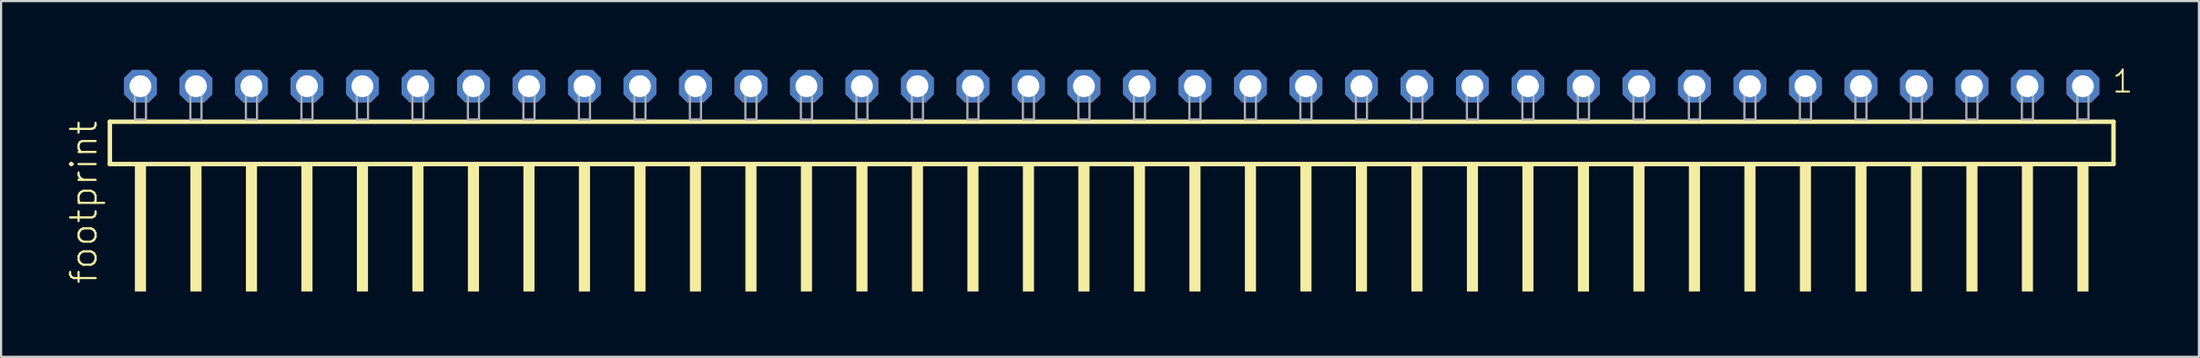
<source format=kicad_pcb>
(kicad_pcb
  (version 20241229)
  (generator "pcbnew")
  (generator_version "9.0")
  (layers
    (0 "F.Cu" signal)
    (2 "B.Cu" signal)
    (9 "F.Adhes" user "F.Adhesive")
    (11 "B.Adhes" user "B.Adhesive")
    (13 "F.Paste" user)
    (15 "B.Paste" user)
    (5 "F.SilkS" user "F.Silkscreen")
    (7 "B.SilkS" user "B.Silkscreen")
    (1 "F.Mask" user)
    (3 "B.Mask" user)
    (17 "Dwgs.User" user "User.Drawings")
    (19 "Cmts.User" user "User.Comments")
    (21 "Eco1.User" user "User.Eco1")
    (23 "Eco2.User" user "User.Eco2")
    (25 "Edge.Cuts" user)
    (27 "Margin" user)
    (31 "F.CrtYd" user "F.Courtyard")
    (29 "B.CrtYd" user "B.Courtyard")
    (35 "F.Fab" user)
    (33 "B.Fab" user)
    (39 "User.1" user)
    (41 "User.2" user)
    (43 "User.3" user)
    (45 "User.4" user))
  (footprint "footprint"
    (layer "F.Cu")
    (at 47.828 2.428)
    (property "Reference" "footprint" (at -46.355 7.62 90) (layer "F.SilkS") (effects (font (size 1.168 1.168) (thickness 0.102)) (justify left bottom)))
    (fp_line (start -45.849 0.106) (end -45.849 2.046) (stroke (width 0.203) (type solid)) (layer "F.SilkS"))
    (fp_line (start -45.849 2.046) (end 45.849 2.046) (stroke (width 0.203) (type solid)) (layer "F.SilkS"))
    (fp_line (start 45.849 0.106) (end -45.849 0.106) (stroke (width 0.203) (type solid)) (layer "F.SilkS"))
    (fp_line (start 45.849 2.046) (end 45.849 0.106) (stroke (width 0.203) (type solid)) (layer "F.SilkS"))
    (fp_poly (pts (xy -44.704 7.89) (xy -44.196 7.89) (xy -44.196 2.04) (xy -44.704 2.04)) (stroke (width 0) (type solid)) (fill yes) (layer "F.SilkS"))
    (fp_poly (pts (xy -42.164 7.89) (xy -41.656 7.89) (xy -41.656 2.04) (xy -42.164 2.04)) (stroke (width 0) (type solid)) (fill yes) (layer "F.SilkS"))
    (fp_poly (pts (xy -39.624 7.89) (xy -39.116 7.89) (xy -39.116 2.04) (xy -39.624 2.04)) (stroke (width 0) (type solid)) (fill yes) (layer "F.SilkS"))
    (fp_poly (pts (xy -37.084 7.89) (xy -36.576 7.89) (xy -36.576 2.04) (xy -37.084 2.04)) (stroke (width 0) (type solid)) (fill yes) (layer "F.SilkS"))
    (fp_poly (pts (xy -34.544 7.89) (xy -34.036 7.89) (xy -34.036 2.04) (xy -34.544 2.04)) (stroke (width 0) (type solid)) (fill yes) (layer "F.SilkS"))
    (fp_poly (pts (xy -32.004 7.89) (xy -31.496 7.89) (xy -31.496 2.04) (xy -32.004 2.04)) (stroke (width 0) (type solid)) (fill yes) (layer "F.SilkS"))
    (fp_poly (pts (xy -29.464 7.89) (xy -28.956 7.89) (xy -28.956 2.04) (xy -29.464 2.04)) (stroke (width 0) (type solid)) (fill yes) (layer "F.SilkS"))
    (fp_poly (pts (xy -26.924 7.89) (xy -26.416 7.89) (xy -26.416 2.04) (xy -26.924 2.04)) (stroke (width 0) (type solid)) (fill yes) (layer "F.SilkS"))
    (fp_poly (pts (xy -24.384 7.89) (xy -23.876 7.89) (xy -23.876 2.04) (xy -24.384 2.04)) (stroke (width 0) (type solid)) (fill yes) (layer "F.SilkS"))
    (fp_poly (pts (xy -21.844 7.89) (xy -21.336 7.89) (xy -21.336 2.04) (xy -21.844 2.04)) (stroke (width 0) (type solid)) (fill yes) (layer "F.SilkS"))
    (fp_poly (pts (xy -19.304 7.89) (xy -18.796 7.89) (xy -18.796 2.04) (xy -19.304 2.04)) (stroke (width 0) (type solid)) (fill yes) (layer "F.SilkS"))
    (fp_poly (pts (xy -16.764 7.89) (xy -16.256 7.89) (xy -16.256 2.04) (xy -16.764 2.04)) (stroke (width 0) (type solid)) (fill yes) (layer "F.SilkS"))
    (fp_poly (pts (xy -14.224 7.89) (xy -13.716 7.89) (xy -13.716 2.04) (xy -14.224 2.04)) (stroke (width 0) (type solid)) (fill yes) (layer "F.SilkS"))
    (fp_poly (pts (xy -11.684 7.89) (xy -11.176 7.89) (xy -11.176 2.04) (xy -11.684 2.04)) (stroke (width 0) (type solid)) (fill yes) (layer "F.SilkS"))
    (fp_poly (pts (xy -9.144 7.89) (xy -8.636 7.89) (xy -8.636 2.04) (xy -9.144 2.04)) (stroke (width 0) (type solid)) (fill yes) (layer "F.SilkS"))
    (fp_poly (pts (xy -6.604 7.89) (xy -6.096 7.89) (xy -6.096 2.04) (xy -6.604 2.04)) (stroke (width 0) (type solid)) (fill yes) (layer "F.SilkS"))
    (fp_poly (pts (xy -4.064 7.89) (xy -3.556 7.89) (xy -3.556 2.04) (xy -4.064 2.04)) (stroke (width 0) (type solid)) (fill yes) (layer "F.SilkS"))
    (fp_poly (pts (xy -1.524 7.89) (xy -1.016 7.89) (xy -1.016 2.04) (xy -1.524 2.04)) (stroke (width 0) (type solid)) (fill yes) (layer "F.SilkS"))
    (fp_poly (pts (xy 1.016 7.89) (xy 1.524 7.89) (xy 1.524 2.04) (xy 1.016 2.04)) (stroke (width 0) (type solid)) (fill yes) (layer "F.SilkS"))
    (fp_poly (pts (xy 3.556 7.89) (xy 4.064 7.89) (xy 4.064 2.04) (xy 3.556 2.04)) (stroke (width 0) (type solid)) (fill yes) (layer "F.SilkS"))
    (fp_poly (pts (xy 6.096 7.89) (xy 6.604 7.89) (xy 6.604 2.04) (xy 6.096 2.04)) (stroke (width 0) (type solid)) (fill yes) (layer "F.SilkS"))
    (fp_poly (pts (xy 8.636 7.89) (xy 9.144 7.89) (xy 9.144 2.04) (xy 8.636 2.04)) (stroke (width 0) (type solid)) (fill yes) (layer "F.SilkS"))
    (fp_poly (pts (xy 11.176 7.89) (xy 11.684 7.89) (xy 11.684 2.04) (xy 11.176 2.04)) (stroke (width 0) (type solid)) (fill yes) (layer "F.SilkS"))
    (fp_poly (pts (xy 13.716 7.89) (xy 14.224 7.89) (xy 14.224 2.04) (xy 13.716 2.04)) (stroke (width 0) (type solid)) (fill yes) (layer "F.SilkS"))
    (fp_poly (pts (xy 16.256 7.89) (xy 16.764 7.89) (xy 16.764 2.04) (xy 16.256 2.04)) (stroke (width 0) (type solid)) (fill yes) (layer "F.SilkS"))
    (fp_poly (pts (xy 18.796 7.89) (xy 19.304 7.89) (xy 19.304 2.04) (xy 18.796 2.04)) (stroke (width 0) (type solid)) (fill yes) (layer "F.SilkS"))
    (fp_poly (pts (xy 21.336 7.89) (xy 21.844 7.89) (xy 21.844 2.04) (xy 21.336 2.04)) (stroke (width 0) (type solid)) (fill yes) (layer "F.SilkS"))
    (fp_poly (pts (xy 23.876 7.89) (xy 24.384 7.89) (xy 24.384 2.04) (xy 23.876 2.04)) (stroke (width 0) (type solid)) (fill yes) (layer "F.SilkS"))
    (fp_poly (pts (xy 26.416 7.89) (xy 26.924 7.89) (xy 26.924 2.04) (xy 26.416 2.04)) (stroke (width 0) (type solid)) (fill yes) (layer "F.SilkS"))
    (fp_poly (pts (xy 28.956 7.89) (xy 29.464 7.89) (xy 29.464 2.04) (xy 28.956 2.04)) (stroke (width 0) (type solid)) (fill yes) (layer "F.SilkS"))
    (fp_poly (pts (xy 31.496 7.89) (xy 32.004 7.89) (xy 32.004 2.04) (xy 31.496 2.04)) (stroke (width 0) (type solid)) (fill yes) (layer "F.SilkS"))
    (fp_poly (pts (xy 34.036 7.89) (xy 34.544 7.89) (xy 34.544 2.04) (xy 34.036 2.04)) (stroke (width 0) (type solid)) (fill yes) (layer "F.SilkS"))
    (fp_poly (pts (xy 36.576 7.89) (xy 37.084 7.89) (xy 37.084 2.04) (xy 36.576 2.04)) (stroke (width 0) (type solid)) (fill yes) (layer "F.SilkS"))
    (fp_poly (pts (xy 39.116 7.89) (xy 39.624 7.89) (xy 39.624 2.04) (xy 39.116 2.04)) (stroke (width 0) (type solid)) (fill yes) (layer "F.SilkS"))
    (fp_poly (pts (xy 41.656 7.89) (xy 42.164 7.89) (xy 42.164 2.04) (xy 41.656 2.04)) (stroke (width 0) (type solid)) (fill yes) (layer "F.SilkS"))
    (fp_poly (pts (xy 44.196 7.89) (xy 44.704 7.89) (xy 44.704 2.04) (xy 44.196 2.04)) (stroke (width 0) (type solid)) (fill yes) (layer "F.SilkS"))
    (fp_poly (pts (xy -44.704 0) (xy -44.196 0) (xy -44.196 -1.778) (xy -44.704 -1.778)) (stroke (width 0.1) (type solid)) (fill no) (layer "F.Fab"))
    (fp_poly (pts (xy -42.164 0) (xy -41.656 0) (xy -41.656 -1.778) (xy -42.164 -1.778)) (stroke (width 0.1) (type solid)) (fill no) (layer "F.Fab"))
    (fp_poly (pts (xy -39.624 0) (xy -39.116 0) (xy -39.116 -1.778) (xy -39.624 -1.778)) (stroke (width 0.1) (type solid)) (fill no) (layer "F.Fab"))
    (fp_poly (pts (xy -37.084 0) (xy -36.576 0) (xy -36.576 -1.778) (xy -37.084 -1.778)) (stroke (width 0.1) (type solid)) (fill no) (layer "F.Fab"))
    (fp_poly (pts (xy -34.544 0) (xy -34.036 0) (xy -34.036 -1.778) (xy -34.544 -1.778)) (stroke (width 0.1) (type solid)) (fill no) (layer "F.Fab"))
    (fp_poly (pts (xy -32.004 0) (xy -31.496 0) (xy -31.496 -1.778) (xy -32.004 -1.778)) (stroke (width 0.1) (type solid)) (fill no) (layer "F.Fab"))
    (fp_poly (pts (xy -29.464 0) (xy -28.956 0) (xy -28.956 -1.778) (xy -29.464 -1.778)) (stroke (width 0.1) (type solid)) (fill no) (layer "F.Fab"))
    (fp_poly (pts (xy -26.924 0) (xy -26.416 0) (xy -26.416 -1.778) (xy -26.924 -1.778)) (stroke (width 0.1) (type solid)) (fill no) (layer "F.Fab"))
    (fp_poly (pts (xy -24.384 0) (xy -23.876 0) (xy -23.876 -1.778) (xy -24.384 -1.778)) (stroke (width 0.1) (type solid)) (fill no) (layer "F.Fab"))
    (fp_poly (pts (xy -21.844 0) (xy -21.336 0) (xy -21.336 -1.778) (xy -21.844 -1.778)) (stroke (width 0.1) (type solid)) (fill no) (layer "F.Fab"))
    (fp_poly (pts (xy -19.304 0) (xy -18.796 0) (xy -18.796 -1.778) (xy -19.304 -1.778)) (stroke (width 0.1) (type solid)) (fill no) (layer "F.Fab"))
    (fp_poly (pts (xy -16.764 0) (xy -16.256 0) (xy -16.256 -1.778) (xy -16.764 -1.778)) (stroke (width 0.1) (type solid)) (fill no) (layer "F.Fab"))
    (fp_poly (pts (xy -14.224 0) (xy -13.716 0) (xy -13.716 -1.778) (xy -14.224 -1.778)) (stroke (width 0.1) (type solid)) (fill no) (layer "F.Fab"))
    (fp_poly (pts (xy -11.684 0) (xy -11.176 0) (xy -11.176 -1.778) (xy -11.684 -1.778)) (stroke (width 0.1) (type solid)) (fill no) (layer "F.Fab"))
    (fp_poly (pts (xy -9.144 0) (xy -8.636 0) (xy -8.636 -1.778) (xy -9.144 -1.778)) (stroke (width 0.1) (type solid)) (fill no) (layer "F.Fab"))
    (fp_poly (pts (xy -6.604 0) (xy -6.096 0) (xy -6.096 -1.778) (xy -6.604 -1.778)) (stroke (width 0.1) (type solid)) (fill no) (layer "F.Fab"))
    (fp_poly (pts (xy -4.064 0) (xy -3.556 0) (xy -3.556 -1.778) (xy -4.064 -1.778)) (stroke (width 0.1) (type solid)) (fill no) (layer "F.Fab"))
    (fp_poly (pts (xy -1.524 0) (xy -1.016 0) (xy -1.016 -1.778) (xy -1.524 -1.778)) (stroke (width 0.1) (type solid)) (fill no) (layer "F.Fab"))
    (fp_poly (pts (xy 1.016 0) (xy 1.524 0) (xy 1.524 -1.778) (xy 1.016 -1.778)) (stroke (width 0.1) (type solid)) (fill no) (layer "F.Fab"))
    (fp_poly (pts (xy 3.556 0) (xy 4.064 0) (xy 4.064 -1.778) (xy 3.556 -1.778)) (stroke (width 0.1) (type solid)) (fill no) (layer "F.Fab"))
    (fp_poly (pts (xy 6.096 0) (xy 6.604 0) (xy 6.604 -1.778) (xy 6.096 -1.778)) (stroke (width 0.1) (type solid)) (fill no) (layer "F.Fab"))
    (fp_poly (pts (xy 8.636 0) (xy 9.144 0) (xy 9.144 -1.778) (xy 8.636 -1.778)) (stroke (width 0.1) (type solid)) (fill no) (layer "F.Fab"))
    (fp_poly (pts (xy 11.176 0) (xy 11.684 0) (xy 11.684 -1.778) (xy 11.176 -1.778)) (stroke (width 0.1) (type solid)) (fill no) (layer "F.Fab"))
    (fp_poly (pts (xy 13.716 0) (xy 14.224 0) (xy 14.224 -1.778) (xy 13.716 -1.778)) (stroke (width 0.1) (type solid)) (fill no) (layer "F.Fab"))
    (fp_poly (pts (xy 16.256 0) (xy 16.764 0) (xy 16.764 -1.778) (xy 16.256 -1.778)) (stroke (width 0.1) (type solid)) (fill no) (layer "F.Fab"))
    (fp_poly (pts (xy 18.796 0) (xy 19.304 0) (xy 19.304 -1.778) (xy 18.796 -1.778)) (stroke (width 0.1) (type solid)) (fill no) (layer "F.Fab"))
    (fp_poly (pts (xy 21.336 0) (xy 21.844 0) (xy 21.844 -1.778) (xy 21.336 -1.778)) (stroke (width 0.1) (type solid)) (fill no) (layer "F.Fab"))
    (fp_poly (pts (xy 23.876 0) (xy 24.384 0) (xy 24.384 -1.778) (xy 23.876 -1.778)) (stroke (width 0.1) (type solid)) (fill no) (layer "F.Fab"))
    (fp_poly (pts (xy 26.416 0) (xy 26.924 0) (xy 26.924 -1.778) (xy 26.416 -1.778)) (stroke (width 0.1) (type solid)) (fill no) (layer "F.Fab"))
    (fp_poly (pts (xy 28.956 0) (xy 29.464 0) (xy 29.464 -1.778) (xy 28.956 -1.778)) (stroke (width 0.1) (type solid)) (fill no) (layer "F.Fab"))
    (fp_poly (pts (xy 31.496 0) (xy 32.004 0) (xy 32.004 -1.778) (xy 31.496 -1.778)) (stroke (width 0.1) (type solid)) (fill no) (layer "F.Fab"))
    (fp_poly (pts (xy 34.036 0) (xy 34.544 0) (xy 34.544 -1.778) (xy 34.036 -1.778)) (stroke (width 0.1) (type solid)) (fill no) (layer "F.Fab"))
    (fp_poly (pts (xy 36.576 0) (xy 37.084 0) (xy 37.084 -1.778) (xy 36.576 -1.778)) (stroke (width 0.1) (type solid)) (fill no) (layer "F.Fab"))
    (fp_poly (pts (xy 39.116 0) (xy 39.624 0) (xy 39.624 -1.778) (xy 39.116 -1.778)) (stroke (width 0.1) (type solid)) (fill no) (layer "F.Fab"))
    (fp_poly (pts (xy 41.656 0) (xy 42.164 0) (xy 42.164 -1.778) (xy 41.656 -1.778)) (stroke (width 0.1) (type solid)) (fill no) (layer "F.Fab"))
    (fp_poly (pts (xy 44.196 0) (xy 44.704 0) (xy 44.704 -1.778) (xy 44.196 -1.778)) (stroke (width 0.1) (type solid)) (fill no) (layer "F.Fab"))
    (fp_text user "1" (at 45.732 -1.152 0) (layer "F.SilkS") (effects (font (size 1.012 1.012) (thickness 0.088)) (justify left bottom)))
    (pad "1" thru_hole roundrect (at 44.45 -1.524 180) (size 1.5 1.5) (drill 1) (layers "*.Cu" "*.Mask") (roundrect_rratio 0.25) (chamfer_ratio 0.25) (chamfer top_left top_right bottom_left bottom_right))
    (pad "2" thru_hole roundrect (at 41.91 -1.524 180) (size 1.5 1.5) (drill 1) (layers "*.Cu" "*.Mask") (roundrect_rratio 0.25) (chamfer_ratio 0.25) (chamfer top_left top_right bottom_left bottom_right))
    (pad "3" thru_hole roundrect (at 39.37 -1.524 180) (size 1.5 1.5) (drill 1) (layers "*.Cu" "*.Mask") (roundrect_rratio 0.25) (chamfer_ratio 0.25) (chamfer top_left top_right bottom_left bottom_right))
    (pad "4" thru_hole roundrect (at 36.83 -1.524 180) (size 1.5 1.5) (drill 1) (layers "*.Cu" "*.Mask") (roundrect_rratio 0.25) (chamfer_ratio 0.25) (chamfer top_left top_right bottom_left bottom_right))
    (pad "5" thru_hole roundrect (at 34.29 -1.524 180) (size 1.5 1.5) (drill 1) (layers "*.Cu" "*.Mask") (roundrect_rratio 0.25) (chamfer_ratio 0.25) (chamfer top_left top_right bottom_left bottom_right))
    (pad "6" thru_hole roundrect (at 31.75 -1.524 180) (size 1.5 1.5) (drill 1) (layers "*.Cu" "*.Mask") (roundrect_rratio 0.25) (chamfer_ratio 0.25) (chamfer top_left top_right bottom_left bottom_right))
    (pad "7" thru_hole roundrect (at 29.21 -1.524 180) (size 1.5 1.5) (drill 1) (layers "*.Cu" "*.Mask") (roundrect_rratio 0.25) (chamfer_ratio 0.25) (chamfer top_left top_right bottom_left bottom_right))
    (pad "8" thru_hole roundrect (at 26.67 -1.524 180) (size 1.5 1.5) (drill 1) (layers "*.Cu" "*.Mask") (roundrect_rratio 0.25) (chamfer_ratio 0.25) (chamfer top_left top_right bottom_left bottom_right))
    (pad "9" thru_hole roundrect (at 24.13 -1.524 180) (size 1.5 1.5) (drill 1) (layers "*.Cu" "*.Mask") (roundrect_rratio 0.25) (chamfer_ratio 0.25) (chamfer top_left top_right bottom_left bottom_right))
    (pad "10" thru_hole roundrect (at 21.59 -1.524 180) (size 1.5 1.5) (drill 1) (layers "*.Cu" "*.Mask") (roundrect_rratio 0.25) (chamfer_ratio 0.25) (chamfer top_left top_right bottom_left bottom_right))
    (pad "11" thru_hole roundrect (at 19.05 -1.524 180) (size 1.5 1.5) (drill 1) (layers "*.Cu" "*.Mask") (roundrect_rratio 0.25) (chamfer_ratio 0.25) (chamfer top_left top_right bottom_left bottom_right))
    (pad "12" thru_hole roundrect (at 16.51 -1.524 180) (size 1.5 1.5) (drill 1) (layers "*.Cu" "*.Mask") (roundrect_rratio 0.25) (chamfer_ratio 0.25) (chamfer top_left top_right bottom_left bottom_right))
    (pad "13" thru_hole roundrect (at 13.97 -1.524 180) (size 1.5 1.5) (drill 1) (layers "*.Cu" "*.Mask") (roundrect_rratio 0.25) (chamfer_ratio 0.25) (chamfer top_left top_right bottom_left bottom_right))
    (pad "14" thru_hole roundrect (at 11.43 -1.524 180) (size 1.5 1.5) (drill 1) (layers "*.Cu" "*.Mask") (roundrect_rratio 0.25) (chamfer_ratio 0.25) (chamfer top_left top_right bottom_left bottom_right))
    (pad "15" thru_hole roundrect (at 8.89 -1.524 180) (size 1.5 1.5) (drill 1) (layers "*.Cu" "*.Mask") (roundrect_rratio 0.25) (chamfer_ratio 0.25) (chamfer top_left top_right bottom_left bottom_right))
    (pad "16" thru_hole roundrect (at 6.35 -1.524 180) (size 1.5 1.5) (drill 1) (layers "*.Cu" "*.Mask") (roundrect_rratio 0.25) (chamfer_ratio 0.25) (chamfer top_left top_right bottom_left bottom_right))
    (pad "17" thru_hole roundrect (at 3.81 -1.524 180) (size 1.5 1.5) (drill 1) (layers "*.Cu" "*.Mask") (roundrect_rratio 0.25) (chamfer_ratio 0.25) (chamfer top_left top_right bottom_left bottom_right))
    (pad "18" thru_hole roundrect (at 1.27 -1.524 180) (size 1.5 1.5) (drill 1) (layers "*.Cu" "*.Mask") (roundrect_rratio 0.25) (chamfer_ratio 0.25) (chamfer top_left top_right bottom_left bottom_right))
    (pad "19" thru_hole roundrect (at -1.27 -1.524 180) (size 1.5 1.5) (drill 1) (layers "*.Cu" "*.Mask") (roundrect_rratio 0.25) (chamfer_ratio 0.25) (chamfer top_left top_right bottom_left bottom_right))
    (pad "20" thru_hole roundrect (at -3.81 -1.524 180) (size 1.5 1.5) (drill 1) (layers "*.Cu" "*.Mask") (roundrect_rratio 0.25) (chamfer_ratio 0.25) (chamfer top_left top_right bottom_left bottom_right))
    (pad "21" thru_hole roundrect (at -6.35 -1.524 180) (size 1.5 1.5) (drill 1) (layers "*.Cu" "*.Mask") (roundrect_rratio 0.25) (chamfer_ratio 0.25) (chamfer top_left top_right bottom_left bottom_right))
    (pad "22" thru_hole roundrect (at -8.89 -1.524 180) (size 1.5 1.5) (drill 1) (layers "*.Cu" "*.Mask") (roundrect_rratio 0.25) (chamfer_ratio 0.25) (chamfer top_left top_right bottom_left bottom_right))
    (pad "23" thru_hole roundrect (at -11.43 -1.524 180) (size 1.5 1.5) (drill 1) (layers "*.Cu" "*.Mask") (roundrect_rratio 0.25) (chamfer_ratio 0.25) (chamfer top_left top_right bottom_left bottom_right))
    (pad "24" thru_hole roundrect (at -13.97 -1.524 180) (size 1.5 1.5) (drill 1) (layers "*.Cu" "*.Mask") (roundrect_rratio 0.25) (chamfer_ratio 0.25) (chamfer top_left top_right bottom_left bottom_right))
    (pad "25" thru_hole roundrect (at -16.51 -1.524 180) (size 1.5 1.5) (drill 1) (layers "*.Cu" "*.Mask") (roundrect_rratio 0.25) (chamfer_ratio 0.25) (chamfer top_left top_right bottom_left bottom_right))
    (pad "26" thru_hole roundrect (at -19.05 -1.524 180) (size 1.5 1.5) (drill 1) (layers "*.Cu" "*.Mask") (roundrect_rratio 0.25) (chamfer_ratio 0.25) (chamfer top_left top_right bottom_left bottom_right))
    (pad "27" thru_hole roundrect (at -21.59 -1.524 180) (size 1.5 1.5) (drill 1) (layers "*.Cu" "*.Mask") (roundrect_rratio 0.25) (chamfer_ratio 0.25) (chamfer top_left top_right bottom_left bottom_right))
    (pad "28" thru_hole roundrect (at -24.13 -1.524 180) (size 1.5 1.5) (drill 1) (layers "*.Cu" "*.Mask") (roundrect_rratio 0.25) (chamfer_ratio 0.25) (chamfer top_left top_right bottom_left bottom_right))
    (pad "29" thru_hole roundrect (at -26.67 -1.524 180) (size 1.5 1.5) (drill 1) (layers "*.Cu" "*.Mask") (roundrect_rratio 0.25) (chamfer_ratio 0.25) (chamfer top_left top_right bottom_left bottom_right))
    (pad "30" thru_hole roundrect (at -29.21 -1.524 180) (size 1.5 1.5) (drill 1) (layers "*.Cu" "*.Mask") (roundrect_rratio 0.25) (chamfer_ratio 0.25) (chamfer top_left top_right bottom_left bottom_right))
    (pad "31" thru_hole roundrect (at -31.75 -1.524 180) (size 1.5 1.5) (drill 1) (layers "*.Cu" "*.Mask") (roundrect_rratio 0.25) (chamfer_ratio 0.25) (chamfer top_left top_right bottom_left bottom_right))
    (pad "32" thru_hole roundrect (at -34.29 -1.524 180) (size 1.5 1.5) (drill 1) (layers "*.Cu" "*.Mask") (roundrect_rratio 0.25) (chamfer_ratio 0.25) (chamfer top_left top_right bottom_left bottom_right))
    (pad "33" thru_hole roundrect (at -36.83 -1.524 180) (size 1.5 1.5) (drill 1) (layers "*.Cu" "*.Mask") (roundrect_rratio 0.25) (chamfer_ratio 0.25) (chamfer top_left top_right bottom_left bottom_right))
    (pad "34" thru_hole roundrect (at -39.37 -1.524 180) (size 1.5 1.5) (drill 1) (layers "*.Cu" "*.Mask") (roundrect_rratio 0.25) (chamfer_ratio 0.25) (chamfer top_left top_right bottom_left bottom_right))
    (pad "35" thru_hole roundrect (at -41.91 -1.524 180) (size 1.5 1.5) (drill 1) (layers "*.Cu" "*.Mask") (roundrect_rratio 0.25) (chamfer_ratio 0.25) (chamfer top_left top_right bottom_left bottom_right))
    (pad "36" thru_hole roundrect (at -44.45 -1.524 180) (size 1.5 1.5) (drill 1) (layers "*.Cu" "*.Mask") (roundrect_rratio 0.25) (chamfer_ratio 0.25) (chamfer top_left top_right bottom_left bottom_right)))
  (gr_rect
    (start -3 -3)
    (end 97.586 13.318)
    (stroke (width 0.1) (type default))
    (fill no)
    (layer "Edge.Cuts")))
</source>
